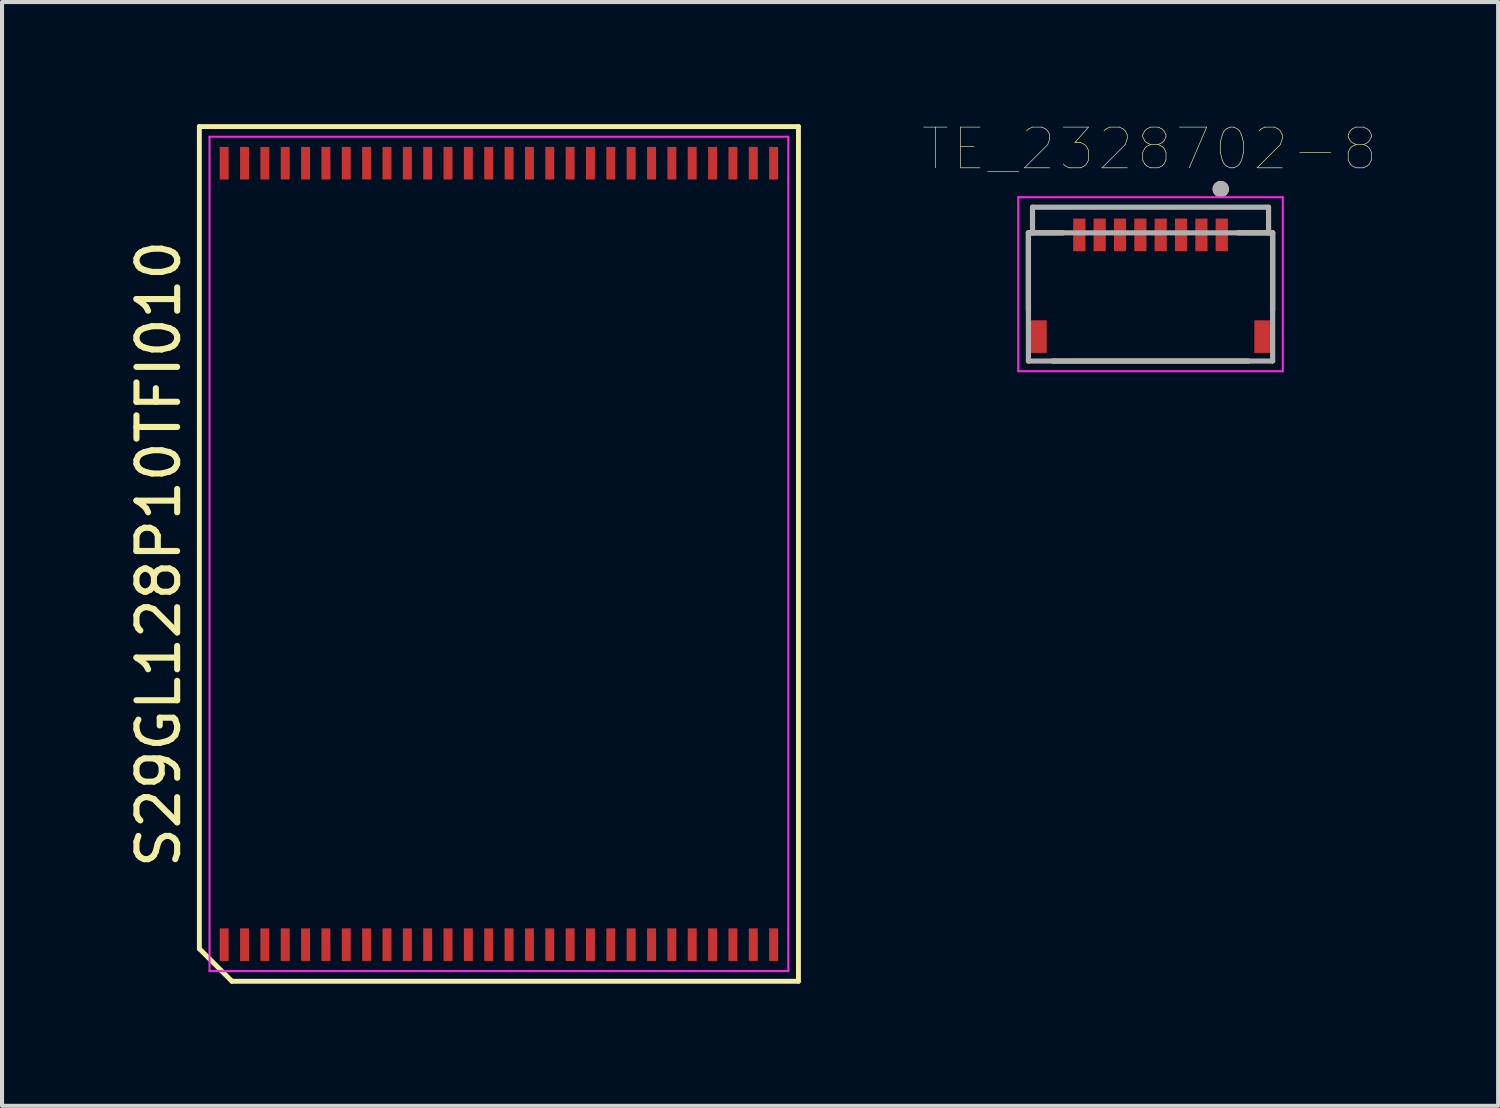
<source format=kicad_pcb>
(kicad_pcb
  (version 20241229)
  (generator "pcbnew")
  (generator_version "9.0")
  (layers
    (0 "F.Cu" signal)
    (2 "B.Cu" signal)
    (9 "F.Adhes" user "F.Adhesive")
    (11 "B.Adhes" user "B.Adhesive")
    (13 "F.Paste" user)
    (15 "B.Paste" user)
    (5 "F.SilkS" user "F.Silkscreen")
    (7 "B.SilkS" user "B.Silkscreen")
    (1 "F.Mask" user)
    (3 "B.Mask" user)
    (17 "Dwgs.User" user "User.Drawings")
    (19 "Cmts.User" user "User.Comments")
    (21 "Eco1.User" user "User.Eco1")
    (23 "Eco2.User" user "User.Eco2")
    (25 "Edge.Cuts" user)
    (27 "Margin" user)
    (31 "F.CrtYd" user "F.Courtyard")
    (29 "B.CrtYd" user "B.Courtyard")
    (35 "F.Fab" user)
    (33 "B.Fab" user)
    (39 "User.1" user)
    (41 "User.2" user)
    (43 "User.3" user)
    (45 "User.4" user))
  (footprint "S29GL128P10TFI010"
    (layer "F.Cu")
    (at 9.208 10.56)
    (property "Reference" "S29GL128P10TFI010" (at -8.36 0 90) (layer "F.SilkS") (effects (font (size 1 1) (thickness 0.15))))
    (attr smd)
    (fp_line (start -7.36 -10.5) (end 7.36 -10.5) (stroke (width 0.12) (type solid)) (layer "F.SilkS"))
    (fp_line (start -7.36 9.7) (end -7.36 -10.5) (stroke (width 0.12) (type solid)) (layer "F.SilkS"))
    (fp_line (start -6.56 10.5) (end -7.36 9.7) (stroke (width 0.12) (type solid)) (layer "F.SilkS"))
    (fp_line (start 7.36 -10.5) (end 7.36 10.5) (stroke (width 0.12) (type solid)) (layer "F.SilkS"))
    (fp_line (start 7.36 10.5) (end -6.56 10.5) (stroke (width 0.12) (type solid)) (layer "F.SilkS"))
    (fp_line (start -7.11 -10.25) (end 7.11 -10.25) (stroke (width 0.05) (type solid)) (layer "F.CrtYd"))
    (fp_line (start -7.11 10.25) (end -7.11 -10.25) (stroke (width 0.05) (type solid)) (layer "F.CrtYd"))
    (fp_line (start 7.11 -10.25) (end 7.11 10.25) (stroke (width 0.05) (type solid)) (layer "F.CrtYd"))
    (fp_line (start 7.11 10.25) (end -7.11 10.25) (stroke (width 0.05) (type solid)) (layer "F.CrtYd"))
    (pad "1" smd rect (at -6.75 9.6) (size 0.22 0.8) (layers "F.Cu" "F.Mask" "F.Paste"))
    (pad "2" smd rect (at -6.25 9.6) (size 0.22 0.8) (layers "F.Cu" "F.Mask" "F.Paste"))
    (pad "3" smd rect (at -5.75 9.6) (size 0.22 0.8) (layers "F.Cu" "F.Mask" "F.Paste"))
    (pad "4" smd rect (at -5.25 9.6) (size 0.22 0.8) (layers "F.Cu" "F.Mask" "F.Paste"))
    (pad "5" smd rect (at -4.75 9.6) (size 0.22 0.8) (layers "F.Cu" "F.Mask" "F.Paste"))
    (pad "6" smd rect (at -4.25 9.6) (size 0.22 0.8) (layers "F.Cu" "F.Mask" "F.Paste"))
    (pad "7" smd rect (at -3.75 9.6) (size 0.22 0.8) (layers "F.Cu" "F.Mask" "F.Paste"))
    (pad "8" smd rect (at -3.25 9.6) (size 0.22 0.8) (layers "F.Cu" "F.Mask" "F.Paste"))
    (pad "9" smd rect (at -2.75 9.6) (size 0.22 0.8) (layers "F.Cu" "F.Mask" "F.Paste"))
    (pad "10" smd rect (at -2.25 9.6) (size 0.22 0.8) (layers "F.Cu" "F.Mask" "F.Paste"))
    (pad "11" smd rect (at -1.75 9.6) (size 0.22 0.8) (layers "F.Cu" "F.Mask" "F.Paste"))
    (pad "12" smd rect (at -1.25 9.6) (size 0.22 0.8) (layers "F.Cu" "F.Mask" "F.Paste"))
    (pad "13" smd rect (at -0.75 9.6) (size 0.22 0.8) (layers "F.Cu" "F.Mask" "F.Paste"))
    (pad "14" smd rect (at -0.25 9.6) (size 0.22 0.8) (layers "F.Cu" "F.Mask" "F.Paste"))
    (pad "15" smd rect (at 0.25 9.6) (size 0.22 0.8) (layers "F.Cu" "F.Mask" "F.Paste"))
    (pad "16" smd rect (at 0.75 9.6) (size 0.22 0.8) (layers "F.Cu" "F.Mask" "F.Paste"))
    (pad "17" smd rect (at 1.25 9.6) (size 0.22 0.8) (layers "F.Cu" "F.Mask" "F.Paste"))
    (pad "18" smd rect (at 1.75 9.6) (size 0.22 0.8) (layers "F.Cu" "F.Mask" "F.Paste"))
    (pad "19" smd rect (at 2.25 9.6) (size 0.22 0.8) (layers "F.Cu" "F.Mask" "F.Paste"))
    (pad "20" smd rect (at 2.75 9.6) (size 0.22 0.8) (layers "F.Cu" "F.Mask" "F.Paste"))
    (pad "21" smd rect (at 3.25 9.6) (size 0.22 0.8) (layers "F.Cu" "F.Mask" "F.Paste"))
    (pad "22" smd rect (at 3.75 9.6) (size 0.22 0.8) (layers "F.Cu" "F.Mask" "F.Paste"))
    (pad "23" smd rect (at 4.25 9.6) (size 0.22 0.8) (layers "F.Cu" "F.Mask" "F.Paste"))
    (pad "24" smd rect (at 4.75 9.6) (size 0.22 0.8) (layers "F.Cu" "F.Mask" "F.Paste"))
    (pad "25" smd rect (at 5.25 9.6) (size 0.22 0.8) (layers "F.Cu" "F.Mask" "F.Paste"))
    (pad "26" smd rect (at 5.75 9.6) (size 0.22 0.8) (layers "F.Cu" "F.Mask" "F.Paste"))
    (pad "27" smd rect (at 6.25 9.6) (size 0.22 0.8) (layers "F.Cu" "F.Mask" "F.Paste"))
    (pad "28" smd rect (at 6.75 9.6) (size 0.22 0.8) (layers "F.Cu" "F.Mask" "F.Paste"))
    (pad "29" smd rect (at 6.75 -9.6) (size 0.22 0.8) (layers "F.Cu" "F.Mask" "F.Paste"))
    (pad "30" smd rect (at 6.25 -9.6) (size 0.22 0.8) (layers "F.Cu" "F.Mask" "F.Paste"))
    (pad "31" smd rect (at 5.75 -9.6) (size 0.22 0.8) (layers "F.Cu" "F.Mask" "F.Paste"))
    (pad "32" smd rect (at 5.25 -9.6) (size 0.22 0.8) (layers "F.Cu" "F.Mask" "F.Paste"))
    (pad "33" smd rect (at 4.75 -9.6) (size 0.22 0.8) (layers "F.Cu" "F.Mask" "F.Paste"))
    (pad "34" smd rect (at 4.25 -9.6) (size 0.22 0.8) (layers "F.Cu" "F.Mask" "F.Paste"))
    (pad "35" smd rect (at 3.75 -9.6) (size 0.22 0.8) (layers "F.Cu" "F.Mask" "F.Paste"))
    (pad "36" smd rect (at 3.25 -9.6) (size 0.22 0.8) (layers "F.Cu" "F.Mask" "F.Paste"))
    (pad "37" smd rect (at 2.75 -9.6) (size 0.22 0.8) (layers "F.Cu" "F.Mask" "F.Paste"))
    (pad "38" smd rect (at 2.25 -9.6) (size 0.22 0.8) (layers "F.Cu" "F.Mask" "F.Paste"))
    (pad "39" smd rect (at 1.75 -9.6) (size 0.22 0.8) (layers "F.Cu" "F.Mask" "F.Paste"))
    (pad "40" smd rect (at 1.25 -9.6) (size 0.22 0.8) (layers "F.Cu" "F.Mask" "F.Paste"))
    (pad "41" smd rect (at 0.75 -9.6) (size 0.22 0.8) (layers "F.Cu" "F.Mask" "F.Paste"))
    (pad "42" smd rect (at 0.25 -9.6) (size 0.22 0.8) (layers "F.Cu" "F.Mask" "F.Paste"))
    (pad "43" smd rect (at -0.25 -9.6) (size 0.22 0.8) (layers "F.Cu" "F.Mask" "F.Paste"))
    (pad "44" smd rect (at -0.75 -9.6) (size 0.22 0.8) (layers "F.Cu" "F.Mask" "F.Paste"))
    (pad "45" smd rect (at -1.25 -9.6) (size 0.22 0.8) (layers "F.Cu" "F.Mask" "F.Paste"))
    (pad "46" smd rect (at -1.75 -9.6) (size 0.22 0.8) (layers "F.Cu" "F.Mask" "F.Paste"))
    (pad "47" smd rect (at -2.25 -9.6) (size 0.22 0.8) (layers "F.Cu" "F.Mask" "F.Paste"))
    (pad "48" smd rect (at -2.75 -9.6) (size 0.22 0.8) (layers "F.Cu" "F.Mask" "F.Paste"))
    (pad "49" smd rect (at -3.25 -9.6) (size 0.22 0.8) (layers "F.Cu" "F.Mask" "F.Paste"))
    (pad "50" smd rect (at -3.75 -9.6) (size 0.22 0.8) (layers "F.Cu" "F.Mask" "F.Paste"))
    (pad "51" smd rect (at -4.25 -9.6) (size 0.22 0.8) (layers "F.Cu" "F.Mask" "F.Paste"))
    (pad "52" smd rect (at -4.75 -9.6) (size 0.22 0.8) (layers "F.Cu" "F.Mask" "F.Paste"))
    (pad "53" smd rect (at -5.25 -9.6) (size 0.22 0.8) (layers "F.Cu" "F.Mask" "F.Paste"))
    (pad "54" smd rect (at -5.75 -9.6) (size 0.22 0.8) (layers "F.Cu" "F.Mask" "F.Paste"))
    (pad "55" smd rect (at -6.25 -9.6) (size 0.22 0.8) (layers "F.Cu" "F.Mask" "F.Paste"))
    (pad "56" smd rect (at -6.75 -9.6) (size 0.22 0.8) (layers "F.Cu" "F.Mask" "F.Paste")))
  (footprint "TE_2328702-8"
    (layer "F.Cu")
    (at 26.969 2.721)
    (property "Reference" "TE_2328702-8" (at -1.775 -2.11 0) (layer "F.SilkS") (effects (font (size 1 1) (thickness 0.015))))
    (attr through_hole)
    (fp_line (start -4.75 -0.05) (end -4.75 1.85) (stroke (width 0.127) (type solid)) (layer "F.SilkS"))
    (fp_line (start -4.15 3.1) (end 0.65 3.1) (stroke (width 0.127) (type solid)) (layer "F.SilkS"))
    (fp_line (start -3.9 -0.05) (end -4.75 -0.05) (stroke (width 0.127) (type solid)) (layer "F.SilkS"))
    (fp_line (start 0.4 -0.05) (end 1.25 -0.05) (stroke (width 0.127) (type solid)) (layer "F.SilkS"))
    (fp_line (start 1.25 -0.05) (end 1.25 1.85) (stroke (width 0.127) (type solid)) (layer "F.SilkS"))
    (fp_circle (center -0.025 -1.125) (end 0.075 -1.125) (stroke (width 0.2) (type solid)) (fill no) (layer "F.SilkS"))
    (fp_line (start -5 -0.925) (end 1.5 -0.925) (stroke (width 0.05) (type solid)) (layer "F.CrtYd"))
    (fp_line (start -5 3.35) (end -5 -0.925) (stroke (width 0.05) (type solid)) (layer "F.CrtYd"))
    (fp_line (start 1.5 -0.925) (end 1.5 3.35) (stroke (width 0.05) (type solid)) (layer "F.CrtYd"))
    (fp_line (start 1.5 3.35) (end -5 3.35) (stroke (width 0.05) (type solid)) (layer "F.CrtYd"))
    (fp_line (start -4.75 -0.05) (end -4.65 -0.05) (stroke (width 0.127) (type solid)) (layer "F.Fab"))
    (fp_line (start -4.75 3.1) (end -4.75 -0.05) (stroke (width 0.127) (type solid)) (layer "F.Fab"))
    (fp_line (start -4.65 -0.68) (end 1.15 -0.68) (stroke (width 0.127) (type solid)) (layer "F.Fab"))
    (fp_line (start -4.65 -0.05) (end -4.65 -0.68) (stroke (width 0.127) (type solid)) (layer "F.Fab"))
    (fp_line (start -4.65 -0.05) (end 1.15 -0.05) (stroke (width 0.127) (type solid)) (layer "F.Fab"))
    (fp_line (start 1.15 -0.68) (end 1.15 -0.05) (stroke (width 0.127) (type solid)) (layer "F.Fab"))
    (fp_line (start 1.15 -0.05) (end 1.25 -0.05) (stroke (width 0.127) (type solid)) (layer "F.Fab"))
    (fp_line (start 1.25 -0.05) (end 1.25 3.1) (stroke (width 0.127) (type solid)) (layer "F.Fab"))
    (fp_line (start 1.25 3.1) (end -4.75 3.1) (stroke (width 0.127) (type solid)) (layer "F.Fab"))
    (fp_circle (center -0.025 -1.125) (end 0.075 -1.125) (stroke (width 0.2) (type solid)) (fill no) (layer "F.Fab"))
    (pad "1" smd rect (at 0 0) (size 0.3 0.8) (layers "F.Cu" "F.Mask" "F.Paste"))
    (pad "2" smd rect (at -0.5 0) (size 0.3 0.8) (layers "F.Cu" "F.Mask" "F.Paste"))
    (pad "3" smd rect (at -1 0) (size 0.3 0.8) (layers "F.Cu" "F.Mask" "F.Paste"))
    (pad "4" smd rect (at -1.5 0) (size 0.3 0.8) (layers "F.Cu" "F.Mask" "F.Paste"))
    (pad "5" smd rect (at -2 0) (size 0.3 0.8) (layers "F.Cu" "F.Mask" "F.Paste"))
    (pad "6" smd rect (at -2.5 0) (size 0.3 0.8) (layers "F.Cu" "F.Mask" "F.Paste"))
    (pad "7" smd rect (at -3 0) (size 0.3 0.8) (layers "F.Cu" "F.Mask" "F.Paste"))
    (pad "8" smd rect (at -3.5 0) (size 0.3 0.8) (layers "F.Cu" "F.Mask" "F.Paste"))
    (pad "S1" smd rect (at 1 2.5) (size 0.4 0.8) (layers "F.Cu" "F.Mask" "F.Paste"))
    (pad "S2" smd rect (at -4.5 2.5) (size 0.4 0.8) (layers "F.Cu" "F.Mask" "F.Paste")))
  (gr_rect
    (start -3 -3)
    (end 33.759 24.12)
    (stroke (width 0.1) (type default))
    (fill no)
    (layer "Edge.Cuts")))
</source>
